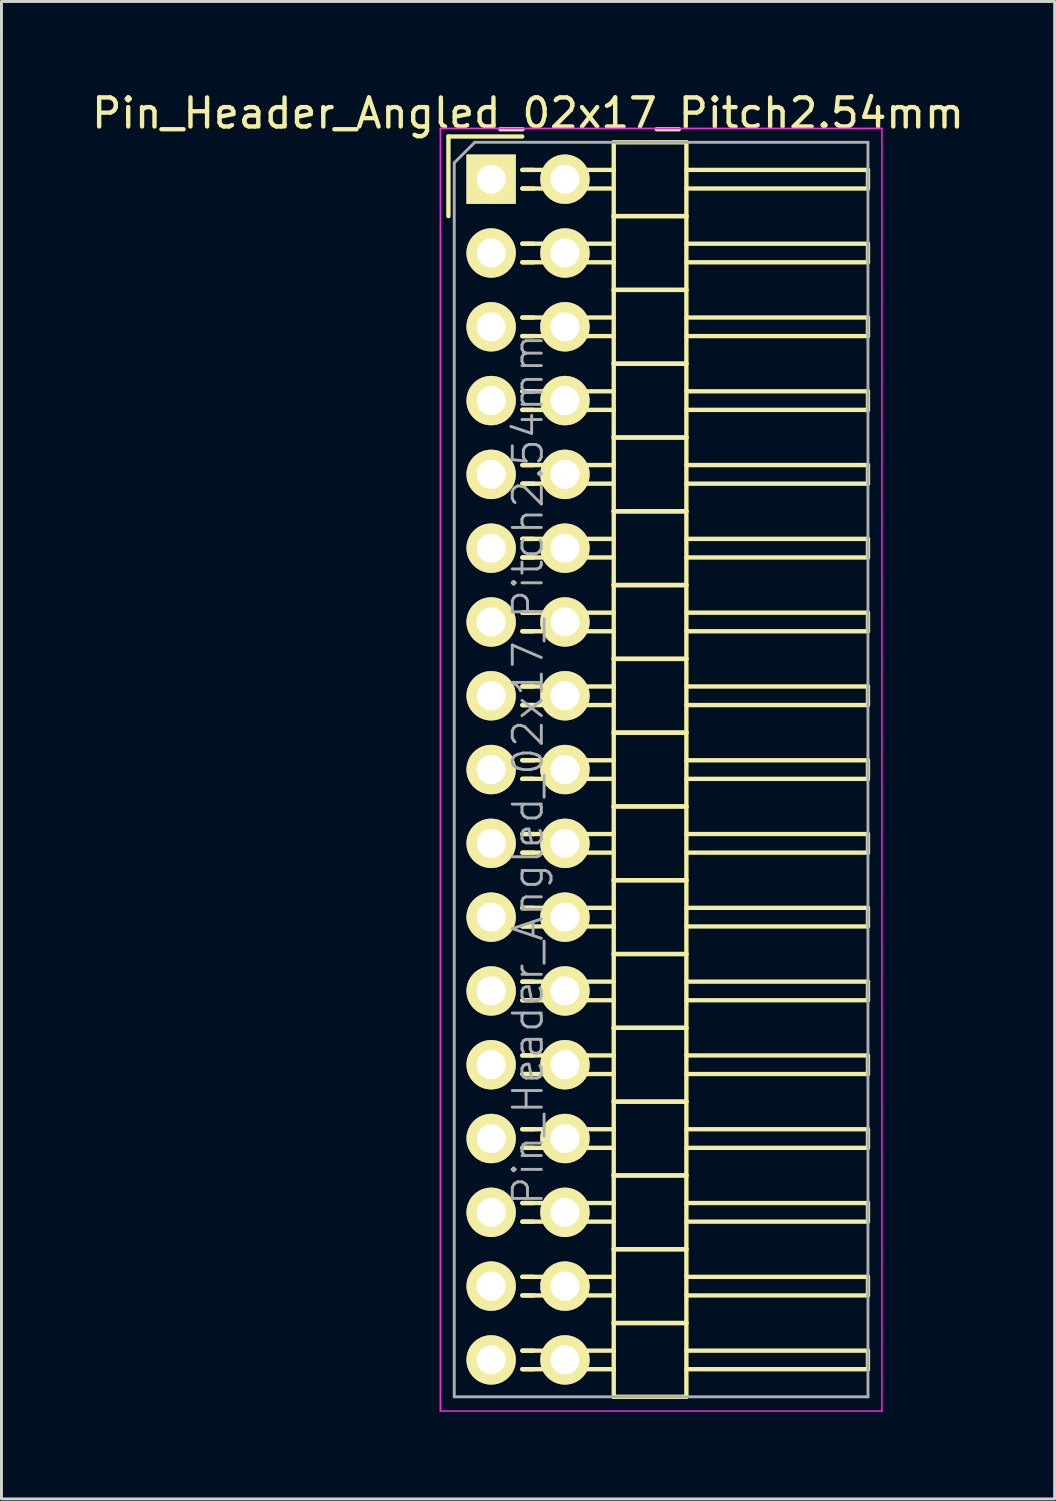
<source format=kicad_pcb>
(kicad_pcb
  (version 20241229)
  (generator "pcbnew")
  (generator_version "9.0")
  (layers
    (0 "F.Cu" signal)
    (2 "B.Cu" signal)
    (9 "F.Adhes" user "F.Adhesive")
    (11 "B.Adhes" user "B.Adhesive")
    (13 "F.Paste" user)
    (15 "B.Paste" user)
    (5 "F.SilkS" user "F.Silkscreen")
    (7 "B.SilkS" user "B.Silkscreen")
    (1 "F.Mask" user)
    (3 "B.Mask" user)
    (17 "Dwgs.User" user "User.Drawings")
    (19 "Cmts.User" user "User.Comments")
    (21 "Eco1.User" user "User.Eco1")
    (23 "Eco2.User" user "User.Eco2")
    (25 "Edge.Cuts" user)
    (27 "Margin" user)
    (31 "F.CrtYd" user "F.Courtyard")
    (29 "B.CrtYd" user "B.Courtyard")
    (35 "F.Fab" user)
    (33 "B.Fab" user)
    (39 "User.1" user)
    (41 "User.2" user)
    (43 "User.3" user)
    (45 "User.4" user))
  (footprint "Pin_Header_Angled_02x17_Pitch2.54mm"
    (layer "F.Cu")
    (at 13.855 3.118)
    (property "Reference" "Pin_Header_Angled_02x17_Pitch2.54mm" (at 1.27 -2.27 0) (layer "F.SilkS") (effects (font (size 1 1) (thickness 0.15))))
    (attr smd)
    (fp_line (start -1.47 -1.47) (end -1.47 1.27) (stroke (width 0.15) (type solid)) (layer "F.SilkS"))
    (fp_line (start -1.47 -1.47) (end 1.07 -1.47) (stroke (width 0.15) (type solid)) (layer "F.SilkS"))
    (fp_line (start 1.465 -0.32) (end 1.075 -0.32) (stroke (width 0.15) (type solid)) (layer "F.SilkS"))
    (fp_line (start 1.465 0.32) (end 1.075 0.32) (stroke (width 0.15) (type solid)) (layer "F.SilkS"))
    (fp_line (start 1.465 2.22) (end 1.075 2.22) (stroke (width 0.15) (type solid)) (layer "F.SilkS"))
    (fp_line (start 1.465 2.86) (end 1.075 2.86) (stroke (width 0.15) (type solid)) (layer "F.SilkS"))
    (fp_line (start 1.465 4.76) (end 1.075 4.76) (stroke (width 0.15) (type solid)) (layer "F.SilkS"))
    (fp_line (start 1.465 5.4) (end 1.075 5.4) (stroke (width 0.15) (type solid)) (layer "F.SilkS"))
    (fp_line (start 1.465 7.3) (end 1.075 7.3) (stroke (width 0.15) (type solid)) (layer "F.SilkS"))
    (fp_line (start 1.465 7.94) (end 1.075 7.94) (stroke (width 0.15) (type solid)) (layer "F.SilkS"))
    (fp_line (start 1.465 9.84) (end 1.075 9.84) (stroke (width 0.15) (type solid)) (layer "F.SilkS"))
    (fp_line (start 1.465 10.48) (end 1.075 10.48) (stroke (width 0.15) (type solid)) (layer "F.SilkS"))
    (fp_line (start 1.465 12.38) (end 1.075 12.38) (stroke (width 0.15) (type solid)) (layer "F.SilkS"))
    (fp_line (start 1.465 13.02) (end 1.075 13.02) (stroke (width 0.15) (type solid)) (layer "F.SilkS"))
    (fp_line (start 1.465 14.92) (end 1.075 14.92) (stroke (width 0.15) (type solid)) (layer "F.SilkS"))
    (fp_line (start 1.465 15.56) (end 1.075 15.56) (stroke (width 0.15) (type solid)) (layer "F.SilkS"))
    (fp_line (start 1.465 17.46) (end 1.075 17.46) (stroke (width 0.15) (type solid)) (layer "F.SilkS"))
    (fp_line (start 1.465 18.1) (end 1.075 18.1) (stroke (width 0.15) (type solid)) (layer "F.SilkS"))
    (fp_line (start 1.465 20) (end 1.075 20) (stroke (width 0.15) (type solid)) (layer "F.SilkS"))
    (fp_line (start 1.465 20.64) (end 1.075 20.64) (stroke (width 0.15) (type solid)) (layer "F.SilkS"))
    (fp_line (start 1.465 22.54) (end 1.075 22.54) (stroke (width 0.15) (type solid)) (layer "F.SilkS"))
    (fp_line (start 1.465 23.18) (end 1.075 23.18) (stroke (width 0.15) (type solid)) (layer "F.SilkS"))
    (fp_line (start 1.465 25.08) (end 1.075 25.08) (stroke (width 0.15) (type solid)) (layer "F.SilkS"))
    (fp_line (start 1.465 25.72) (end 1.075 25.72) (stroke (width 0.15) (type solid)) (layer "F.SilkS"))
    (fp_line (start 1.465 27.62) (end 1.075 27.62) (stroke (width 0.15) (type solid)) (layer "F.SilkS"))
    (fp_line (start 1.465 28.26) (end 1.075 28.26) (stroke (width 0.15) (type solid)) (layer "F.SilkS"))
    (fp_line (start 1.465 30.16) (end 1.075 30.16) (stroke (width 0.15) (type solid)) (layer "F.SilkS"))
    (fp_line (start 1.465 30.8) (end 1.075 30.8) (stroke (width 0.15) (type solid)) (layer "F.SilkS"))
    (fp_line (start 1.465 32.7) (end 1.075 32.7) (stroke (width 0.15) (type solid)) (layer "F.SilkS"))
    (fp_line (start 1.465 33.34) (end 1.075 33.34) (stroke (width 0.15) (type solid)) (layer "F.SilkS"))
    (fp_line (start 1.465 35.24) (end 1.075 35.24) (stroke (width 0.15) (type solid)) (layer "F.SilkS"))
    (fp_line (start 1.465 35.88) (end 1.075 35.88) (stroke (width 0.15) (type solid)) (layer "F.SilkS"))
    (fp_line (start 1.465 37.78) (end 1.075 37.78) (stroke (width 0.15) (type solid)) (layer "F.SilkS"))
    (fp_line (start 1.465 38.42) (end 1.075 38.42) (stroke (width 0.15) (type solid)) (layer "F.SilkS"))
    (fp_line (start 1.465 40.32) (end 1.075 40.32) (stroke (width 0.15) (type solid)) (layer "F.SilkS"))
    (fp_line (start 1.465 40.96) (end 1.075 40.96) (stroke (width 0.15) (type solid)) (layer "F.SilkS"))
    (fp_line (start 4.22 -0.32) (end 1.075 -0.32) (stroke (width 0.15) (type solid)) (layer "F.SilkS"))
    (fp_line (start 4.22 0.32) (end 1.075 0.32) (stroke (width 0.15) (type solid)) (layer "F.SilkS"))
    (fp_line (start 4.22 1.27) (end 4.22 -1.27) (stroke (width 0.15) (type solid)) (layer "F.SilkS"))
    (fp_line (start 4.22 2.22) (end 1.075 2.22) (stroke (width 0.15) (type solid)) (layer "F.SilkS"))
    (fp_line (start 4.22 2.86) (end 1.075 2.86) (stroke (width 0.15) (type solid)) (layer "F.SilkS"))
    (fp_line (start 4.22 3.81) (end 4.22 1.27) (stroke (width 0.15) (type solid)) (layer "F.SilkS"))
    (fp_line (start 4.22 4.76) (end 1.075 4.76) (stroke (width 0.15) (type solid)) (layer "F.SilkS"))
    (fp_line (start 4.22 5.4) (end 1.075 5.4) (stroke (width 0.15) (type solid)) (layer "F.SilkS"))
    (fp_line (start 4.22 6.35) (end 4.22 3.81) (stroke (width 0.15) (type solid)) (layer "F.SilkS"))
    (fp_line (start 4.22 7.3) (end 1.075 7.3) (stroke (width 0.15) (type solid)) (layer "F.SilkS"))
    (fp_line (start 4.22 7.94) (end 1.075 7.94) (stroke (width 0.15) (type solid)) (layer "F.SilkS"))
    (fp_line (start 4.22 8.89) (end 4.22 6.35) (stroke (width 0.15) (type solid)) (layer "F.SilkS"))
    (fp_line (start 4.22 9.84) (end 1.075 9.84) (stroke (width 0.15) (type solid)) (layer "F.SilkS"))
    (fp_line (start 4.22 10.48) (end 1.075 10.48) (stroke (width 0.15) (type solid)) (layer "F.SilkS"))
    (fp_line (start 4.22 11.43) (end 4.22 8.89) (stroke (width 0.15) (type solid)) (layer "F.SilkS"))
    (fp_line (start 4.22 12.38) (end 1.075 12.38) (stroke (width 0.15) (type solid)) (layer "F.SilkS"))
    (fp_line (start 4.22 13.02) (end 1.075 13.02) (stroke (width 0.15) (type solid)) (layer "F.SilkS"))
    (fp_line (start 4.22 13.97) (end 4.22 11.43) (stroke (width 0.15) (type solid)) (layer "F.SilkS"))
    (fp_line (start 4.22 14.92) (end 1.075 14.92) (stroke (width 0.15) (type solid)) (layer "F.SilkS"))
    (fp_line (start 4.22 15.56) (end 1.075 15.56) (stroke (width 0.15) (type solid)) (layer "F.SilkS"))
    (fp_line (start 4.22 16.51) (end 4.22 13.97) (stroke (width 0.15) (type solid)) (layer "F.SilkS"))
    (fp_line (start 4.22 17.46) (end 1.075 17.46) (stroke (width 0.15) (type solid)) (layer "F.SilkS"))
    (fp_line (start 4.22 18.1) (end 1.075 18.1) (stroke (width 0.15) (type solid)) (layer "F.SilkS"))
    (fp_line (start 4.22 19.05) (end 4.22 16.51) (stroke (width 0.15) (type solid)) (layer "F.SilkS"))
    (fp_line (start 4.22 20) (end 1.075 20) (stroke (width 0.15) (type solid)) (layer "F.SilkS"))
    (fp_line (start 4.22 20.64) (end 1.075 20.64) (stroke (width 0.15) (type solid)) (layer "F.SilkS"))
    (fp_line (start 4.22 21.59) (end 4.22 19.05) (stroke (width 0.15) (type solid)) (layer "F.SilkS"))
    (fp_line (start 4.22 22.54) (end 1.075 22.54) (stroke (width 0.15) (type solid)) (layer "F.SilkS"))
    (fp_line (start 4.22 23.18) (end 1.075 23.18) (stroke (width 0.15) (type solid)) (layer "F.SilkS"))
    (fp_line (start 4.22 24.13) (end 4.22 21.59) (stroke (width 0.15) (type solid)) (layer "F.SilkS"))
    (fp_line (start 4.22 25.08) (end 1.075 25.08) (stroke (width 0.15) (type solid)) (layer "F.SilkS"))
    (fp_line (start 4.22 25.72) (end 1.075 25.72) (stroke (width 0.15) (type solid)) (layer "F.SilkS"))
    (fp_line (start 4.22 26.67) (end 4.22 24.13) (stroke (width 0.15) (type solid)) (layer "F.SilkS"))
    (fp_line (start 4.22 27.62) (end 1.075 27.62) (stroke (width 0.15) (type solid)) (layer "F.SilkS"))
    (fp_line (start 4.22 28.26) (end 1.075 28.26) (stroke (width 0.15) (type solid)) (layer "F.SilkS"))
    (fp_line (start 4.22 29.21) (end 4.22 26.67) (stroke (width 0.15) (type solid)) (layer "F.SilkS"))
    (fp_line (start 4.22 30.16) (end 1.075 30.16) (stroke (width 0.15) (type solid)) (layer "F.SilkS"))
    (fp_line (start 4.22 30.8) (end 1.075 30.8) (stroke (width 0.15) (type solid)) (layer "F.SilkS"))
    (fp_line (start 4.22 31.75) (end 4.22 29.21) (stroke (width 0.15) (type solid)) (layer "F.SilkS"))
    (fp_line (start 4.22 32.7) (end 1.075 32.7) (stroke (width 0.15) (type solid)) (layer "F.SilkS"))
    (fp_line (start 4.22 33.34) (end 1.075 33.34) (stroke (width 0.15) (type solid)) (layer "F.SilkS"))
    (fp_line (start 4.22 34.29) (end 4.22 31.75) (stroke (width 0.15) (type solid)) (layer "F.SilkS"))
    (fp_line (start 4.22 35.24) (end 1.075 35.24) (stroke (width 0.15) (type solid)) (layer "F.SilkS"))
    (fp_line (start 4.22 35.88) (end 1.075 35.88) (stroke (width 0.15) (type solid)) (layer "F.SilkS"))
    (fp_line (start 4.22 36.83) (end 4.22 34.29) (stroke (width 0.15) (type solid)) (layer "F.SilkS"))
    (fp_line (start 4.22 37.78) (end 1.075 37.78) (stroke (width 0.15) (type solid)) (layer "F.SilkS"))
    (fp_line (start 4.22 38.42) (end 1.075 38.42) (stroke (width 0.15) (type solid)) (layer "F.SilkS"))
    (fp_line (start 4.22 39.37) (end 4.22 36.83) (stroke (width 0.15) (type solid)) (layer "F.SilkS"))
    (fp_line (start 4.22 40.32) (end 1.075 40.32) (stroke (width 0.15) (type solid)) (layer "F.SilkS"))
    (fp_line (start 4.22 40.96) (end 1.075 40.96) (stroke (width 0.15) (type solid)) (layer "F.SilkS"))
    (fp_line (start 4.22 41.91) (end 4.22 39.37) (stroke (width 0.15) (type solid)) (layer "F.SilkS"))
    (fp_line (start 6.72 -1.27) (end 4.22 -1.27) (stroke (width 0.15) (type solid)) (layer "F.SilkS"))
    (fp_line (start 6.72 -0.32) (end 12.97 -0.32) (stroke (width 0.15) (type solid)) (layer "F.SilkS"))
    (fp_line (start 6.72 0.32) (end 12.97 0.32) (stroke (width 0.15) (type solid)) (layer "F.SilkS"))
    (fp_line (start 6.72 1.27) (end 4.22 1.27) (stroke (width 0.15) (type solid)) (layer "F.SilkS"))
    (fp_line (start 6.72 1.27) (end 4.22 1.27) (stroke (width 0.15) (type solid)) (layer "F.SilkS"))
    (fp_line (start 6.72 1.27) (end 6.72 -1.27) (stroke (width 0.15) (type solid)) (layer "F.SilkS"))
    (fp_line (start 6.72 2.22) (end 12.97 2.22) (stroke (width 0.15) (type solid)) (layer "F.SilkS"))
    (fp_line (start 6.72 2.86) (end 12.97 2.86) (stroke (width 0.15) (type solid)) (layer "F.SilkS"))
    (fp_line (start 6.72 3.81) (end 4.22 3.81) (stroke (width 0.15) (type solid)) (layer "F.SilkS"))
    (fp_line (start 6.72 3.81) (end 4.22 3.81) (stroke (width 0.15) (type solid)) (layer "F.SilkS"))
    (fp_line (start 6.72 3.81) (end 6.72 1.27) (stroke (width 0.15) (type solid)) (layer "F.SilkS"))
    (fp_line (start 6.72 4.76) (end 12.97 4.76) (stroke (width 0.15) (type solid)) (layer "F.SilkS"))
    (fp_line (start 6.72 5.4) (end 12.97 5.4) (stroke (width 0.15) (type solid)) (layer "F.SilkS"))
    (fp_line (start 6.72 6.35) (end 4.22 6.35) (stroke (width 0.15) (type solid)) (layer "F.SilkS"))
    (fp_line (start 6.72 6.35) (end 4.22 6.35) (stroke (width 0.15) (type solid)) (layer "F.SilkS"))
    (fp_line (start 6.72 6.35) (end 6.72 3.81) (stroke (width 0.15) (type solid)) (layer "F.SilkS"))
    (fp_line (start 6.72 7.3) (end 12.97 7.3) (stroke (width 0.15) (type solid)) (layer "F.SilkS"))
    (fp_line (start 6.72 7.94) (end 12.97 7.94) (stroke (width 0.15) (type solid)) (layer "F.SilkS"))
    (fp_line (start 6.72 8.89) (end 4.22 8.89) (stroke (width 0.15) (type solid)) (layer "F.SilkS"))
    (fp_line (start 6.72 8.89) (end 4.22 8.89) (stroke (width 0.15) (type solid)) (layer "F.SilkS"))
    (fp_line (start 6.72 8.89) (end 6.72 6.35) (stroke (width 0.15) (type solid)) (layer "F.SilkS"))
    (fp_line (start 6.72 9.84) (end 12.97 9.84) (stroke (width 0.15) (type solid)) (layer "F.SilkS"))
    (fp_line (start 6.72 10.48) (end 12.97 10.48) (stroke (width 0.15) (type solid)) (layer "F.SilkS"))
    (fp_line (start 6.72 11.43) (end 4.22 11.43) (stroke (width 0.15) (type solid)) (layer "F.SilkS"))
    (fp_line (start 6.72 11.43) (end 4.22 11.43) (stroke (width 0.15) (type solid)) (layer "F.SilkS"))
    (fp_line (start 6.72 11.43) (end 6.72 8.89) (stroke (width 0.15) (type solid)) (layer "F.SilkS"))
    (fp_line (start 6.72 12.38) (end 12.97 12.38) (stroke (width 0.15) (type solid)) (layer "F.SilkS"))
    (fp_line (start 6.72 13.02) (end 12.97 13.02) (stroke (width 0.15) (type solid)) (layer "F.SilkS"))
    (fp_line (start 6.72 13.97) (end 4.22 13.97) (stroke (width 0.15) (type solid)) (layer "F.SilkS"))
    (fp_line (start 6.72 13.97) (end 4.22 13.97) (stroke (width 0.15) (type solid)) (layer "F.SilkS"))
    (fp_line (start 6.72 13.97) (end 6.72 11.43) (stroke (width 0.15) (type solid)) (layer "F.SilkS"))
    (fp_line (start 6.72 14.92) (end 12.97 14.92) (stroke (width 0.15) (type solid)) (layer "F.SilkS"))
    (fp_line (start 6.72 15.56) (end 12.97 15.56) (stroke (width 0.15) (type solid)) (layer "F.SilkS"))
    (fp_line (start 6.72 16.51) (end 4.22 16.51) (stroke (width 0.15) (type solid)) (layer "F.SilkS"))
    (fp_line (start 6.72 16.51) (end 4.22 16.51) (stroke (width 0.15) (type solid)) (layer "F.SilkS"))
    (fp_line (start 6.72 16.51) (end 6.72 13.97) (stroke (width 0.15) (type solid)) (layer "F.SilkS"))
    (fp_line (start 6.72 17.46) (end 12.97 17.46) (stroke (width 0.15) (type solid)) (layer "F.SilkS"))
    (fp_line (start 6.72 18.1) (end 12.97 18.1) (stroke (width 0.15) (type solid)) (layer "F.SilkS"))
    (fp_line (start 6.72 19.05) (end 4.22 19.05) (stroke (width 0.15) (type solid)) (layer "F.SilkS"))
    (fp_line (start 6.72 19.05) (end 4.22 19.05) (stroke (width 0.15) (type solid)) (layer "F.SilkS"))
    (fp_line (start 6.72 19.05) (end 6.72 16.51) (stroke (width 0.15) (type solid)) (layer "F.SilkS"))
    (fp_line (start 6.72 20) (end 12.97 20) (stroke (width 0.15) (type solid)) (layer "F.SilkS"))
    (fp_line (start 6.72 20.64) (end 12.97 20.64) (stroke (width 0.15) (type solid)) (layer "F.SilkS"))
    (fp_line (start 6.72 21.59) (end 4.22 21.59) (stroke (width 0.15) (type solid)) (layer "F.SilkS"))
    (fp_line (start 6.72 21.59) (end 4.22 21.59) (stroke (width 0.15) (type solid)) (layer "F.SilkS"))
    (fp_line (start 6.72 21.59) (end 6.72 19.05) (stroke (width 0.15) (type solid)) (layer "F.SilkS"))
    (fp_line (start 6.72 22.54) (end 12.97 22.54) (stroke (width 0.15) (type solid)) (layer "F.SilkS"))
    (fp_line (start 6.72 23.18) (end 12.97 23.18) (stroke (width 0.15) (type solid)) (layer "F.SilkS"))
    (fp_line (start 6.72 24.13) (end 4.22 24.13) (stroke (width 0.15) (type solid)) (layer "F.SilkS"))
    (fp_line (start 6.72 24.13) (end 4.22 24.13) (stroke (width 0.15) (type solid)) (layer "F.SilkS"))
    (fp_line (start 6.72 24.13) (end 6.72 21.59) (stroke (width 0.15) (type solid)) (layer "F.SilkS"))
    (fp_line (start 6.72 25.08) (end 12.97 25.08) (stroke (width 0.15) (type solid)) (layer "F.SilkS"))
    (fp_line (start 6.72 25.72) (end 12.97 25.72) (stroke (width 0.15) (type solid)) (layer "F.SilkS"))
    (fp_line (start 6.72 26.67) (end 4.22 26.67) (stroke (width 0.15) (type solid)) (layer "F.SilkS"))
    (fp_line (start 6.72 26.67) (end 4.22 26.67) (stroke (width 0.15) (type solid)) (layer "F.SilkS"))
    (fp_line (start 6.72 26.67) (end 6.72 24.13) (stroke (width 0.15) (type solid)) (layer "F.SilkS"))
    (fp_line (start 6.72 27.62) (end 12.97 27.62) (stroke (width 0.15) (type solid)) (layer "F.SilkS"))
    (fp_line (start 6.72 28.26) (end 12.97 28.26) (stroke (width 0.15) (type solid)) (layer "F.SilkS"))
    (fp_line (start 6.72 29.21) (end 4.22 29.21) (stroke (width 0.15) (type solid)) (layer "F.SilkS"))
    (fp_line (start 6.72 29.21) (end 4.22 29.21) (stroke (width 0.15) (type solid)) (layer "F.SilkS"))
    (fp_line (start 6.72 29.21) (end 6.72 26.67) (stroke (width 0.15) (type solid)) (layer "F.SilkS"))
    (fp_line (start 6.72 30.16) (end 12.97 30.16) (stroke (width 0.15) (type solid)) (layer "F.SilkS"))
    (fp_line (start 6.72 30.8) (end 12.97 30.8) (stroke (width 0.15) (type solid)) (layer "F.SilkS"))
    (fp_line (start 6.72 31.75) (end 4.22 31.75) (stroke (width 0.15) (type solid)) (layer "F.SilkS"))
    (fp_line (start 6.72 31.75) (end 4.22 31.75) (stroke (width 0.15) (type solid)) (layer "F.SilkS"))
    (fp_line (start 6.72 31.75) (end 6.72 29.21) (stroke (width 0.15) (type solid)) (layer "F.SilkS"))
    (fp_line (start 6.72 32.7) (end 12.97 32.7) (stroke (width 0.15) (type solid)) (layer "F.SilkS"))
    (fp_line (start 6.72 33.34) (end 12.97 33.34) (stroke (width 0.15) (type solid)) (layer "F.SilkS"))
    (fp_line (start 6.72 34.29) (end 4.22 34.29) (stroke (width 0.15) (type solid)) (layer "F.SilkS"))
    (fp_line (start 6.72 34.29) (end 4.22 34.29) (stroke (width 0.15) (type solid)) (layer "F.SilkS"))
    (fp_line (start 6.72 34.29) (end 6.72 31.75) (stroke (width 0.15) (type solid)) (layer "F.SilkS"))
    (fp_line (start 6.72 35.24) (end 12.97 35.24) (stroke (width 0.15) (type solid)) (layer "F.SilkS"))
    (fp_line (start 6.72 35.88) (end 12.97 35.88) (stroke (width 0.15) (type solid)) (layer "F.SilkS"))
    (fp_line (start 6.72 36.83) (end 4.22 36.83) (stroke (width 0.15) (type solid)) (layer "F.SilkS"))
    (fp_line (start 6.72 36.83) (end 4.22 36.83) (stroke (width 0.15) (type solid)) (layer "F.SilkS"))
    (fp_line (start 6.72 36.83) (end 6.72 34.29) (stroke (width 0.15) (type solid)) (layer "F.SilkS"))
    (fp_line (start 6.72 37.78) (end 12.97 37.78) (stroke (width 0.15) (type solid)) (layer "F.SilkS"))
    (fp_line (start 6.72 38.42) (end 12.97 38.42) (stroke (width 0.15) (type solid)) (layer "F.SilkS"))
    (fp_line (start 6.72 39.37) (end 4.22 39.37) (stroke (width 0.15) (type solid)) (layer "F.SilkS"))
    (fp_line (start 6.72 39.37) (end 4.22 39.37) (stroke (width 0.15) (type solid)) (layer "F.SilkS"))
    (fp_line (start 6.72 39.37) (end 6.72 36.83) (stroke (width 0.15) (type solid)) (layer "F.SilkS"))
    (fp_line (start 6.72 40.32) (end 12.97 40.32) (stroke (width 0.15) (type solid)) (layer "F.SilkS"))
    (fp_line (start 6.72 40.96) (end 12.97 40.96) (stroke (width 0.15) (type solid)) (layer "F.SilkS"))
    (fp_line (start 6.72 41.91) (end 4.22 41.91) (stroke (width 0.15) (type solid)) (layer "F.SilkS"))
    (fp_line (start 6.72 41.91) (end 6.72 39.37) (stroke (width 0.15) (type solid)) (layer "F.SilkS"))
    (fp_line (start 12.97 0.32) (end 12.97 -0.32) (stroke (width 0.15) (type solid)) (layer "F.SilkS"))
    (fp_line (start 12.97 2.86) (end 12.97 2.22) (stroke (width 0.15) (type solid)) (layer "F.SilkS"))
    (fp_line (start 12.97 5.4) (end 12.97 4.76) (stroke (width 0.15) (type solid)) (layer "F.SilkS"))
    (fp_line (start 12.97 7.94) (end 12.97 7.3) (stroke (width 0.15) (type solid)) (layer "F.SilkS"))
    (fp_line (start 12.97 10.48) (end 12.97 9.84) (stroke (width 0.15) (type solid)) (layer "F.SilkS"))
    (fp_line (start 12.97 13.02) (end 12.97 12.38) (stroke (width 0.15) (type solid)) (layer "F.SilkS"))
    (fp_line (start 12.97 15.56) (end 12.97 14.92) (stroke (width 0.15) (type solid)) (layer "F.SilkS"))
    (fp_line (start 12.97 18.1) (end 12.97 17.46) (stroke (width 0.15) (type solid)) (layer "F.SilkS"))
    (fp_line (start 12.97 20.64) (end 12.97 20) (stroke (width 0.15) (type solid)) (layer "F.SilkS"))
    (fp_line (start 12.97 23.18) (end 12.97 22.54) (stroke (width 0.15) (type solid)) (layer "F.SilkS"))
    (fp_line (start 12.97 25.72) (end 12.97 25.08) (stroke (width 0.15) (type solid)) (layer "F.SilkS"))
    (fp_line (start 12.97 28.26) (end 12.97 27.62) (stroke (width 0.15) (type solid)) (layer "F.SilkS"))
    (fp_line (start 12.97 30.8) (end 12.97 30.16) (stroke (width 0.15) (type solid)) (layer "F.SilkS"))
    (fp_line (start 12.97 33.34) (end 12.97 32.7) (stroke (width 0.15) (type solid)) (layer "F.SilkS"))
    (fp_line (start 12.97 35.88) (end 12.97 35.24) (stroke (width 0.15) (type solid)) (layer "F.SilkS"))
    (fp_line (start 12.97 38.42) (end 12.97 37.78) (stroke (width 0.15) (type solid)) (layer "F.SilkS"))
    (fp_line (start 12.97 40.96) (end 12.97 40.32) (stroke (width 0.15) (type solid)) (layer "F.SilkS"))
    (fp_line (start -1.75 -1.75) (end -1.75 42.4) (stroke (width 0.05) (type solid)) (layer "F.CrtYd"))
    (fp_line (start 13.45 -1.75) (end -1.75 -1.75) (stroke (width 0.05) (type solid)) (layer "F.CrtYd"))
    (fp_line (start 13.45 -1.75) (end 13.45 42.4) (stroke (width 0.05) (type solid)) (layer "F.CrtYd"))
    (fp_line (start 13.45 42.4) (end -1.75 42.4) (stroke (width 0.05) (type solid)) (layer "F.CrtYd"))
    (fp_line (start -1.27 -0.563) (end -0.563 -1.27) (stroke (width 0.1) (type solid)) (layer "F.Fab"))
    (fp_line (start -1.27 41.91) (end -1.27 -0.563) (stroke (width 0.1) (type solid)) (layer "F.Fab"))
    (fp_line (start 12.97 -1.27) (end -0.563 -1.27) (stroke (width 0.1) (type solid)) (layer "F.Fab"))
    (fp_line (start 12.97 41.91) (end -1.27 41.91) (stroke (width 0.1) (type solid)) (layer "F.Fab"))
    (fp_line (start 12.97 41.91) (end 12.97 -1.27) (stroke (width 0.1) (type solid)) (layer "F.Fab"))
    (fp_text user "${REFERENCE}" (at 1.27 20.32 90) (layer "F.Fab") (effects (font (size 1 1) (thickness 0.1))))
    (pad "1" thru_hole rect (at 0 0) (size 1.7 1.7) (drill 1) (layers "*.Cu" "*.Mask" "F.SilkS"))
    (pad "2" thru_hole oval (at 2.54 0) (size 1.7 1.7) (drill 1) (layers "*.Cu" "*.Mask" "F.SilkS"))
    (pad "3" thru_hole oval (at 0 2.54) (size 1.7 1.7) (drill 1) (layers "*.Cu" "*.Mask" "F.SilkS"))
    (pad "4" thru_hole oval (at 2.54 2.54) (size 1.7 1.7) (drill 1) (layers "*.Cu" "*.Mask" "F.SilkS"))
    (pad "5" thru_hole oval (at 0 5.08) (size 1.7 1.7) (drill 1) (layers "*.Cu" "*.Mask" "F.SilkS"))
    (pad "6" thru_hole oval (at 2.54 5.08) (size 1.7 1.7) (drill 1) (layers "*.Cu" "*.Mask" "F.SilkS"))
    (pad "7" thru_hole oval (at 0 7.62) (size 1.7 1.7) (drill 1) (layers "*.Cu" "*.Mask" "F.SilkS"))
    (pad "8" thru_hole oval (at 2.54 7.62) (size 1.7 1.7) (drill 1) (layers "*.Cu" "*.Mask" "F.SilkS"))
    (pad "9" thru_hole oval (at 0 10.16) (size 1.7 1.7) (drill 1) (layers "*.Cu" "*.Mask" "F.SilkS"))
    (pad "10" thru_hole oval (at 2.54 10.16) (size 1.7 1.7) (drill 1) (layers "*.Cu" "*.Mask" "F.SilkS"))
    (pad "11" thru_hole oval (at 0 12.7) (size 1.7 1.7) (drill 1) (layers "*.Cu" "*.Mask" "F.SilkS"))
    (pad "12" thru_hole oval (at 2.54 12.7) (size 1.7 1.7) (drill 1) (layers "*.Cu" "*.Mask" "F.SilkS"))
    (pad "13" thru_hole oval (at 0 15.24) (size 1.7 1.7) (drill 1) (layers "*.Cu" "*.Mask" "F.SilkS"))
    (pad "14" thru_hole oval (at 2.54 15.24) (size 1.7 1.7) (drill 1) (layers "*.Cu" "*.Mask" "F.SilkS"))
    (pad "15" thru_hole oval (at 0 17.78) (size 1.7 1.7) (drill 1) (layers "*.Cu" "*.Mask" "F.SilkS"))
    (pad "16" thru_hole oval (at 2.54 17.78) (size 1.7 1.7) (drill 1) (layers "*.Cu" "*.Mask" "F.SilkS"))
    (pad "17" thru_hole oval (at 0 20.32) (size 1.7 1.7) (drill 1) (layers "*.Cu" "*.Mask" "F.SilkS"))
    (pad "18" thru_hole oval (at 2.54 20.32) (size 1.7 1.7) (drill 1) (layers "*.Cu" "*.Mask" "F.SilkS"))
    (pad "19" thru_hole oval (at 0 22.86) (size 1.7 1.7) (drill 1) (layers "*.Cu" "*.Mask" "F.SilkS"))
    (pad "20" thru_hole oval (at 2.54 22.86) (size 1.7 1.7) (drill 1) (layers "*.Cu" "*.Mask" "F.SilkS"))
    (pad "21" thru_hole oval (at 0 25.4) (size 1.7 1.7) (drill 1) (layers "*.Cu" "*.Mask" "F.SilkS"))
    (pad "22" thru_hole oval (at 2.54 25.4) (size 1.7 1.7) (drill 1) (layers "*.Cu" "*.Mask" "F.SilkS"))
    (pad "23" thru_hole oval (at 0 27.94) (size 1.7 1.7) (drill 1) (layers "*.Cu" "*.Mask" "F.SilkS"))
    (pad "24" thru_hole oval (at 2.54 27.94) (size 1.7 1.7) (drill 1) (layers "*.Cu" "*.Mask" "F.SilkS"))
    (pad "25" thru_hole oval (at 0 30.48) (size 1.7 1.7) (drill 1) (layers "*.Cu" "*.Mask" "F.SilkS"))
    (pad "26" thru_hole oval (at 2.54 30.48) (size 1.7 1.7) (drill 1) (layers "*.Cu" "*.Mask" "F.SilkS"))
    (pad "27" thru_hole oval (at 0 33.02) (size 1.7 1.7) (drill 1) (layers "*.Cu" "*.Mask" "F.SilkS"))
    (pad "28" thru_hole oval (at 2.54 33.02) (size 1.7 1.7) (drill 1) (layers "*.Cu" "*.Mask" "F.SilkS"))
    (pad "29" thru_hole oval (at 0 35.56) (size 1.7 1.7) (drill 1) (layers "*.Cu" "*.Mask" "F.SilkS"))
    (pad "30" thru_hole oval (at 2.54 35.56) (size 1.7 1.7) (drill 1) (layers "*.Cu" "*.Mask" "F.SilkS"))
    (pad "31" thru_hole oval (at 0 38.1) (size 1.7 1.7) (drill 1) (layers "*.Cu" "*.Mask" "F.SilkS"))
    (pad "32" thru_hole oval (at 2.54 38.1) (size 1.7 1.7) (drill 1) (layers "*.Cu" "*.Mask" "F.SilkS"))
    (pad "33" thru_hole oval (at 0 40.64) (size 1.7 1.7) (drill 1) (layers "*.Cu" "*.Mask" "F.SilkS"))
    (pad "34" thru_hole oval (at 2.54 40.64) (size 1.7 1.7) (drill 1) (layers "*.Cu" "*.Mask" "F.SilkS")))
  (gr_rect
    (start -3 -3)
    (end 33.25 48.543)
    (stroke (width 0.1) (type default))
    (fill no)
    (layer "Edge.Cuts")))
</source>
